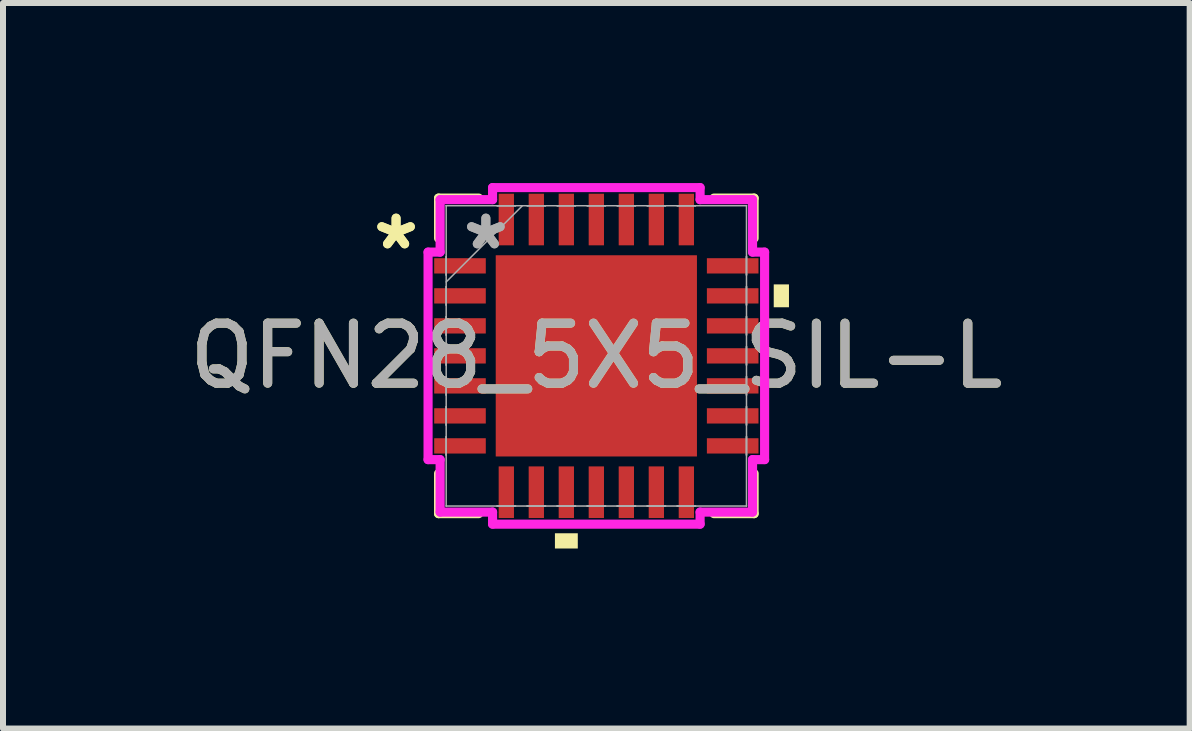
<source format=kicad_pcb>
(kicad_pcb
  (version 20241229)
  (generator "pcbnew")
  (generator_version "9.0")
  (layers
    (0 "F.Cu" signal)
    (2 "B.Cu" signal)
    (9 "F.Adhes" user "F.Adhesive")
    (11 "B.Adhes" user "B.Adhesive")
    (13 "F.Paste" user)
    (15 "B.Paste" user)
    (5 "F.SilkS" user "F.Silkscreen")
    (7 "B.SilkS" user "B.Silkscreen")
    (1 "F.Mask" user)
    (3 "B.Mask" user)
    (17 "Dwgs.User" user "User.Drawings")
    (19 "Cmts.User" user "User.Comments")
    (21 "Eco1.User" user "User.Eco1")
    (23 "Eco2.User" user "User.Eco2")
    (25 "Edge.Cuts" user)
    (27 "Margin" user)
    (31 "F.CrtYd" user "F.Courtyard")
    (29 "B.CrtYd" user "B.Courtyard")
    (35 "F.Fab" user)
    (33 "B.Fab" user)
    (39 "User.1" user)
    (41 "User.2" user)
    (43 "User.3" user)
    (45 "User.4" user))
  (footprint "QFN28_5X5_SIL-L"
    (layer "F.Cu")
    (at 6.887 2.88)
    (property "Reference" "QFN28_5X5_SIL-L" (at 0 0 0) (unlocked yes) (layer "F.SilkS") (effects (font (size 1 1) (thickness 0.15))))
    (attr smd)
    (fp_line (start -2.629 -2.629) (end -2.629 -1.96) (stroke (width 0.152) (type solid)) (layer "F.SilkS"))
    (fp_line (start -2.629 1.96) (end -2.629 2.629) (stroke (width 0.152) (type solid)) (layer "F.SilkS"))
    (fp_line (start -2.629 2.629) (end -1.96 2.629) (stroke (width 0.152) (type solid)) (layer "F.SilkS"))
    (fp_line (start -1.96 -2.629) (end -2.629 -2.629) (stroke (width 0.152) (type solid)) (layer "F.SilkS"))
    (fp_line (start 1.96 2.629) (end 2.629 2.629) (stroke (width 0.152) (type solid)) (layer "F.SilkS"))
    (fp_line (start 2.629 -2.629) (end 1.96 -2.629) (stroke (width 0.152) (type solid)) (layer "F.SilkS"))
    (fp_line (start 2.629 -1.96) (end 2.629 -2.629) (stroke (width 0.152) (type solid)) (layer "F.SilkS"))
    (fp_line (start 2.629 2.629) (end 2.629 1.96) (stroke (width 0.152) (type solid)) (layer "F.SilkS"))
    (fp_poly (pts (xy -0.69 2.956) (xy -0.69 3.21) (xy -0.309 3.21) (xy -0.309 2.956)) (stroke (width 0) (type solid)) (fill yes) (layer "F.SilkS"))
    (fp_poly (pts (xy 3.21 -1.191) (xy 3.21 -0.81) (xy 2.956 -0.81) (xy 2.956 -1.191)) (stroke (width 0) (type solid)) (fill yes) (layer "F.SilkS"))
    (fp_poly (pts (xy -1.576 -1.576) (xy -1.576 -0.1) (xy -0.1 -0.1) (xy -0.1 -1.576)) (stroke (width 0) (type solid)) (fill yes) (layer "F.Paste"))
    (fp_poly (pts (xy -1.576 0.1) (xy -1.576 1.576) (xy -0.1 1.576) (xy -0.1 0.1)) (stroke (width 0) (type solid)) (fill yes) (layer "F.Paste"))
    (fp_poly (pts (xy 0.1 -1.576) (xy 0.1 -0.1) (xy 1.576 -0.1) (xy 1.576 -1.576)) (stroke (width 0) (type solid)) (fill yes) (layer "F.Paste"))
    (fp_poly (pts (xy 0.1 0.1) (xy 0.1 1.576) (xy 1.576 1.576) (xy 1.576 0.1)) (stroke (width 0) (type solid)) (fill yes) (layer "F.Paste"))
    (fp_line (start -2.804 -1.729) (end -2.603 -1.729) (stroke (width 0.152) (type solid)) (layer "F.CrtYd"))
    (fp_line (start -2.804 1.729) (end -2.804 -1.729) (stroke (width 0.152) (type solid)) (layer "F.CrtYd"))
    (fp_line (start -2.603 -2.603) (end -1.729 -2.603) (stroke (width 0.152) (type solid)) (layer "F.CrtYd"))
    (fp_line (start -2.603 -1.729) (end -2.603 -2.603) (stroke (width 0.152) (type solid)) (layer "F.CrtYd"))
    (fp_line (start -2.603 1.729) (end -2.804 1.729) (stroke (width 0.152) (type solid)) (layer "F.CrtYd"))
    (fp_line (start -2.603 2.603) (end -2.603 1.729) (stroke (width 0.152) (type solid)) (layer "F.CrtYd"))
    (fp_line (start -1.729 -2.804) (end 1.729 -2.804) (stroke (width 0.152) (type solid)) (layer "F.CrtYd"))
    (fp_line (start -1.729 -2.603) (end -1.729 -2.804) (stroke (width 0.152) (type solid)) (layer "F.CrtYd"))
    (fp_line (start -1.729 2.603) (end -2.603 2.603) (stroke (width 0.152) (type solid)) (layer "F.CrtYd"))
    (fp_line (start -1.729 2.804) (end -1.729 2.603) (stroke (width 0.152) (type solid)) (layer "F.CrtYd"))
    (fp_line (start 1.729 -2.804) (end 1.729 -2.603) (stroke (width 0.152) (type solid)) (layer "F.CrtYd"))
    (fp_line (start 1.729 -2.603) (end 2.603 -2.603) (stroke (width 0.152) (type solid)) (layer "F.CrtYd"))
    (fp_line (start 1.729 2.603) (end 1.729 2.804) (stroke (width 0.152) (type solid)) (layer "F.CrtYd"))
    (fp_line (start 1.729 2.804) (end -1.729 2.804) (stroke (width 0.152) (type solid)) (layer "F.CrtYd"))
    (fp_line (start 2.603 -2.603) (end 2.603 -1.729) (stroke (width 0.152) (type solid)) (layer "F.CrtYd"))
    (fp_line (start 2.603 -1.729) (end 2.804 -1.729) (stroke (width 0.152) (type solid)) (layer "F.CrtYd"))
    (fp_line (start 2.603 1.729) (end 2.603 2.603) (stroke (width 0.152) (type solid)) (layer "F.CrtYd"))
    (fp_line (start 2.603 2.603) (end 1.729 2.603) (stroke (width 0.152) (type solid)) (layer "F.CrtYd"))
    (fp_line (start 2.804 -1.729) (end 2.804 1.729) (stroke (width 0.152) (type solid)) (layer "F.CrtYd"))
    (fp_line (start 2.804 1.729) (end 2.603 1.729) (stroke (width 0.152) (type solid)) (layer "F.CrtYd"))
    (fp_line (start -2.502 -2.502) (end -2.502 -2.502) (stroke (width 0.025) (type solid)) (layer "F.Fab"))
    (fp_line (start -2.502 -2.502) (end -2.502 2.502) (stroke (width 0.025) (type solid)) (layer "F.Fab"))
    (fp_line (start -2.502 -1.652) (end -2.502 -1.652) (stroke (width 0.025) (type solid)) (layer "F.Fab"))
    (fp_line (start -2.502 -1.652) (end -2.502 -1.348) (stroke (width 0.025) (type solid)) (layer "F.Fab"))
    (fp_line (start -2.502 -1.348) (end -2.502 -1.652) (stroke (width 0.025) (type solid)) (layer "F.Fab"))
    (fp_line (start -2.502 -1.348) (end -2.502 -1.348) (stroke (width 0.025) (type solid)) (layer "F.Fab"))
    (fp_line (start -2.502 -1.232) (end -1.232 -2.502) (stroke (width 0.025) (type solid)) (layer "F.Fab"))
    (fp_line (start -2.502 -1.152) (end -2.502 -1.152) (stroke (width 0.025) (type solid)) (layer "F.Fab"))
    (fp_line (start -2.502 -1.152) (end -2.502 -0.848) (stroke (width 0.025) (type solid)) (layer "F.Fab"))
    (fp_line (start -2.502 -0.848) (end -2.502 -1.152) (stroke (width 0.025) (type solid)) (layer "F.Fab"))
    (fp_line (start -2.502 -0.848) (end -2.502 -0.848) (stroke (width 0.025) (type solid)) (layer "F.Fab"))
    (fp_line (start -2.502 -0.652) (end -2.502 -0.652) (stroke (width 0.025) (type solid)) (layer "F.Fab"))
    (fp_line (start -2.502 -0.652) (end -2.502 -0.348) (stroke (width 0.025) (type solid)) (layer "F.Fab"))
    (fp_line (start -2.502 -0.348) (end -2.502 -0.652) (stroke (width 0.025) (type solid)) (layer "F.Fab"))
    (fp_line (start -2.502 -0.348) (end -2.502 -0.348) (stroke (width 0.025) (type solid)) (layer "F.Fab"))
    (fp_line (start -2.502 -0.152) (end -2.502 -0.152) (stroke (width 0.025) (type solid)) (layer "F.Fab"))
    (fp_line (start -2.502 -0.152) (end -2.502 0.152) (stroke (width 0.025) (type solid)) (layer "F.Fab"))
    (fp_line (start -2.502 0.152) (end -2.502 -0.152) (stroke (width 0.025) (type solid)) (layer "F.Fab"))
    (fp_line (start -2.502 0.152) (end -2.502 0.152) (stroke (width 0.025) (type solid)) (layer "F.Fab"))
    (fp_line (start -2.502 0.348) (end -2.502 0.348) (stroke (width 0.025) (type solid)) (layer "F.Fab"))
    (fp_line (start -2.502 0.348) (end -2.502 0.652) (stroke (width 0.025) (type solid)) (layer "F.Fab"))
    (fp_line (start -2.502 0.652) (end -2.502 0.348) (stroke (width 0.025) (type solid)) (layer "F.Fab"))
    (fp_line (start -2.502 0.652) (end -2.502 0.652) (stroke (width 0.025) (type solid)) (layer "F.Fab"))
    (fp_line (start -2.502 0.848) (end -2.502 0.848) (stroke (width 0.025) (type solid)) (layer "F.Fab"))
    (fp_line (start -2.502 0.848) (end -2.502 1.152) (stroke (width 0.025) (type solid)) (layer "F.Fab"))
    (fp_line (start -2.502 1.152) (end -2.502 0.848) (stroke (width 0.025) (type solid)) (layer "F.Fab"))
    (fp_line (start -2.502 1.152) (end -2.502 1.152) (stroke (width 0.025) (type solid)) (layer "F.Fab"))
    (fp_line (start -2.502 1.348) (end -2.502 1.348) (stroke (width 0.025) (type solid)) (layer "F.Fab"))
    (fp_line (start -2.502 1.348) (end -2.502 1.652) (stroke (width 0.025) (type solid)) (layer "F.Fab"))
    (fp_line (start -2.502 1.652) (end -2.502 1.348) (stroke (width 0.025) (type solid)) (layer "F.Fab"))
    (fp_line (start -2.502 1.652) (end -2.502 1.652) (stroke (width 0.025) (type solid)) (layer "F.Fab"))
    (fp_line (start -2.502 2.502) (end -2.502 2.502) (stroke (width 0.025) (type solid)) (layer "F.Fab"))
    (fp_line (start -2.502 2.502) (end 2.502 2.502) (stroke (width 0.025) (type solid)) (layer "F.Fab"))
    (fp_line (start -1.652 -2.502) (end -1.652 -2.502) (stroke (width 0.025) (type solid)) (layer "F.Fab"))
    (fp_line (start -1.652 -2.502) (end -1.348 -2.502) (stroke (width 0.025) (type solid)) (layer "F.Fab"))
    (fp_line (start -1.652 2.502) (end -1.652 2.502) (stroke (width 0.025) (type solid)) (layer "F.Fab"))
    (fp_line (start -1.652 2.502) (end -1.348 2.502) (stroke (width 0.025) (type solid)) (layer "F.Fab"))
    (fp_line (start -1.348 -2.502) (end -1.652 -2.502) (stroke (width 0.025) (type solid)) (layer "F.Fab"))
    (fp_line (start -1.348 -2.502) (end -1.348 -2.502) (stroke (width 0.025) (type solid)) (layer "F.Fab"))
    (fp_line (start -1.348 2.502) (end -1.652 2.502) (stroke (width 0.025) (type solid)) (layer "F.Fab"))
    (fp_line (start -1.348 2.502) (end -1.348 2.502) (stroke (width 0.025) (type solid)) (layer "F.Fab"))
    (fp_line (start -1.152 -2.502) (end -1.152 -2.502) (stroke (width 0.025) (type solid)) (layer "F.Fab"))
    (fp_line (start -1.152 -2.502) (end -0.848 -2.502) (stroke (width 0.025) (type solid)) (layer "F.Fab"))
    (fp_line (start -1.152 2.502) (end -1.152 2.502) (stroke (width 0.025) (type solid)) (layer "F.Fab"))
    (fp_line (start -1.152 2.502) (end -0.848 2.502) (stroke (width 0.025) (type solid)) (layer "F.Fab"))
    (fp_line (start -0.848 -2.502) (end -1.152 -2.502) (stroke (width 0.025) (type solid)) (layer "F.Fab"))
    (fp_line (start -0.848 -2.502) (end -0.848 -2.502) (stroke (width 0.025) (type solid)) (layer "F.Fab"))
    (fp_line (start -0.848 2.502) (end -1.152 2.502) (stroke (width 0.025) (type solid)) (layer "F.Fab"))
    (fp_line (start -0.848 2.502) (end -0.848 2.502) (stroke (width 0.025) (type solid)) (layer "F.Fab"))
    (fp_line (start -0.652 -2.502) (end -0.652 -2.502) (stroke (width 0.025) (type solid)) (layer "F.Fab"))
    (fp_line (start -0.652 -2.502) (end -0.348 -2.502) (stroke (width 0.025) (type solid)) (layer "F.Fab"))
    (fp_line (start -0.652 2.502) (end -0.652 2.502) (stroke (width 0.025) (type solid)) (layer "F.Fab"))
    (fp_line (start -0.652 2.502) (end -0.348 2.502) (stroke (width 0.025) (type solid)) (layer "F.Fab"))
    (fp_line (start -0.348 -2.502) (end -0.652 -2.502) (stroke (width 0.025) (type solid)) (layer "F.Fab"))
    (fp_line (start -0.348 -2.502) (end -0.348 -2.502) (stroke (width 0.025) (type solid)) (layer "F.Fab"))
    (fp_line (start -0.348 2.502) (end -0.652 2.502) (stroke (width 0.025) (type solid)) (layer "F.Fab"))
    (fp_line (start -0.348 2.502) (end -0.348 2.502) (stroke (width 0.025) (type solid)) (layer "F.Fab"))
    (fp_line (start -0.152 -2.502) (end -0.152 -2.502) (stroke (width 0.025) (type solid)) (layer "F.Fab"))
    (fp_line (start -0.152 -2.502) (end 0.152 -2.502) (stroke (width 0.025) (type solid)) (layer "F.Fab"))
    (fp_line (start -0.152 2.502) (end -0.152 2.502) (stroke (width 0.025) (type solid)) (layer "F.Fab"))
    (fp_line (start -0.152 2.502) (end 0.152 2.502) (stroke (width 0.025) (type solid)) (layer "F.Fab"))
    (fp_line (start 0.152 -2.502) (end -0.152 -2.502) (stroke (width 0.025) (type solid)) (layer "F.Fab"))
    (fp_line (start 0.152 -2.502) (end 0.152 -2.502) (stroke (width 0.025) (type solid)) (layer "F.Fab"))
    (fp_line (start 0.152 2.502) (end -0.152 2.502) (stroke (width 0.025) (type solid)) (layer "F.Fab"))
    (fp_line (start 0.152 2.502) (end 0.152 2.502) (stroke (width 0.025) (type solid)) (layer "F.Fab"))
    (fp_line (start 0.348 -2.502) (end 0.348 -2.502) (stroke (width 0.025) (type solid)) (layer "F.Fab"))
    (fp_line (start 0.348 -2.502) (end 0.652 -2.502) (stroke (width 0.025) (type solid)) (layer "F.Fab"))
    (fp_line (start 0.348 2.502) (end 0.348 2.502) (stroke (width 0.025) (type solid)) (layer "F.Fab"))
    (fp_line (start 0.348 2.502) (end 0.652 2.502) (stroke (width 0.025) (type solid)) (layer "F.Fab"))
    (fp_line (start 0.652 -2.502) (end 0.348 -2.502) (stroke (width 0.025) (type solid)) (layer "F.Fab"))
    (fp_line (start 0.652 -2.502) (end 0.652 -2.502) (stroke (width 0.025) (type solid)) (layer "F.Fab"))
    (fp_line (start 0.652 2.502) (end 0.348 2.502) (stroke (width 0.025) (type solid)) (layer "F.Fab"))
    (fp_line (start 0.652 2.502) (end 0.652 2.502) (stroke (width 0.025) (type solid)) (layer "F.Fab"))
    (fp_line (start 0.848 -2.502) (end 0.848 -2.502) (stroke (width 0.025) (type solid)) (layer "F.Fab"))
    (fp_line (start 0.848 -2.502) (end 1.152 -2.502) (stroke (width 0.025) (type solid)) (layer "F.Fab"))
    (fp_line (start 0.848 2.502) (end 0.848 2.502) (stroke (width 0.025) (type solid)) (layer "F.Fab"))
    (fp_line (start 0.848 2.502) (end 1.152 2.502) (stroke (width 0.025) (type solid)) (layer "F.Fab"))
    (fp_line (start 1.152 -2.502) (end 0.848 -2.502) (stroke (width 0.025) (type solid)) (layer "F.Fab"))
    (fp_line (start 1.152 -2.502) (end 1.152 -2.502) (stroke (width 0.025) (type solid)) (layer "F.Fab"))
    (fp_line (start 1.152 2.502) (end 0.848 2.502) (stroke (width 0.025) (type solid)) (layer "F.Fab"))
    (fp_line (start 1.152 2.502) (end 1.152 2.502) (stroke (width 0.025) (type solid)) (layer "F.Fab"))
    (fp_line (start 1.348 -2.502) (end 1.348 -2.502) (stroke (width 0.025) (type solid)) (layer "F.Fab"))
    (fp_line (start 1.348 -2.502) (end 1.652 -2.502) (stroke (width 0.025) (type solid)) (layer "F.Fab"))
    (fp_line (start 1.348 2.502) (end 1.348 2.502) (stroke (width 0.025) (type solid)) (layer "F.Fab"))
    (fp_line (start 1.348 2.502) (end 1.652 2.502) (stroke (width 0.025) (type solid)) (layer "F.Fab"))
    (fp_line (start 1.652 -2.502) (end 1.348 -2.502) (stroke (width 0.025) (type solid)) (layer "F.Fab"))
    (fp_line (start 1.652 -2.502) (end 1.652 -2.502) (stroke (width 0.025) (type solid)) (layer "F.Fab"))
    (fp_line (start 1.652 2.502) (end 1.348 2.502) (stroke (width 0.025) (type solid)) (layer "F.Fab"))
    (fp_line (start 1.652 2.502) (end 1.652 2.502) (stroke (width 0.025) (type solid)) (layer "F.Fab"))
    (fp_line (start 2.502 -2.502) (end -2.502 -2.502) (stroke (width 0.025) (type solid)) (layer "F.Fab"))
    (fp_line (start 2.502 -2.502) (end 2.502 -2.502) (stroke (width 0.025) (type solid)) (layer "F.Fab"))
    (fp_line (start 2.502 -1.652) (end 2.502 -1.652) (stroke (width 0.025) (type solid)) (layer "F.Fab"))
    (fp_line (start 2.502 -1.652) (end 2.502 -1.348) (stroke (width 0.025) (type solid)) (layer "F.Fab"))
    (fp_line (start 2.502 -1.348) (end 2.502 -1.652) (stroke (width 0.025) (type solid)) (layer "F.Fab"))
    (fp_line (start 2.502 -1.348) (end 2.502 -1.348) (stroke (width 0.025) (type solid)) (layer "F.Fab"))
    (fp_line (start 2.502 -1.152) (end 2.502 -1.152) (stroke (width 0.025) (type solid)) (layer "F.Fab"))
    (fp_line (start 2.502 -1.152) (end 2.502 -0.848) (stroke (width 0.025) (type solid)) (layer "F.Fab"))
    (fp_line (start 2.502 -0.848) (end 2.502 -1.152) (stroke (width 0.025) (type solid)) (layer "F.Fab"))
    (fp_line (start 2.502 -0.848) (end 2.502 -0.848) (stroke (width 0.025) (type solid)) (layer "F.Fab"))
    (fp_line (start 2.502 -0.652) (end 2.502 -0.652) (stroke (width 0.025) (type solid)) (layer "F.Fab"))
    (fp_line (start 2.502 -0.652) (end 2.502 -0.348) (stroke (width 0.025) (type solid)) (layer "F.Fab"))
    (fp_line (start 2.502 -0.348) (end 2.502 -0.652) (stroke (width 0.025) (type solid)) (layer "F.Fab"))
    (fp_line (start 2.502 -0.348) (end 2.502 -0.348) (stroke (width 0.025) (type solid)) (layer "F.Fab"))
    (fp_line (start 2.502 -0.152) (end 2.502 -0.152) (stroke (width 0.025) (type solid)) (layer "F.Fab"))
    (fp_line (start 2.502 -0.152) (end 2.502 0.152) (stroke (width 0.025) (type solid)) (layer "F.Fab"))
    (fp_line (start 2.502 0.152) (end 2.502 -0.152) (stroke (width 0.025) (type solid)) (layer "F.Fab"))
    (fp_line (start 2.502 0.152) (end 2.502 0.152) (stroke (width 0.025) (type solid)) (layer "F.Fab"))
    (fp_line (start 2.502 0.348) (end 2.502 0.348) (stroke (width 0.025) (type solid)) (layer "F.Fab"))
    (fp_line (start 2.502 0.348) (end 2.502 0.652) (stroke (width 0.025) (type solid)) (layer "F.Fab"))
    (fp_line (start 2.502 0.652) (end 2.502 0.348) (stroke (width 0.025) (type solid)) (layer "F.Fab"))
    (fp_line (start 2.502 0.652) (end 2.502 0.652) (stroke (width 0.025) (type solid)) (layer "F.Fab"))
    (fp_line (start 2.502 0.848) (end 2.502 0.848) (stroke (width 0.025) (type solid)) (layer "F.Fab"))
    (fp_line (start 2.502 0.848) (end 2.502 1.152) (stroke (width 0.025) (type solid)) (layer "F.Fab"))
    (fp_line (start 2.502 1.152) (end 2.502 0.848) (stroke (width 0.025) (type solid)) (layer "F.Fab"))
    (fp_line (start 2.502 1.152) (end 2.502 1.152) (stroke (width 0.025) (type solid)) (layer "F.Fab"))
    (fp_line (start 2.502 1.348) (end 2.502 1.348) (stroke (width 0.025) (type solid)) (layer "F.Fab"))
    (fp_line (start 2.502 1.348) (end 2.502 1.652) (stroke (width 0.025) (type solid)) (layer "F.Fab"))
    (fp_line (start 2.502 1.652) (end 2.502 1.348) (stroke (width 0.025) (type solid)) (layer "F.Fab"))
    (fp_line (start 2.502 1.652) (end 2.502 1.652) (stroke (width 0.025) (type solid)) (layer "F.Fab"))
    (fp_line (start 2.502 2.502) (end 2.502 -2.502) (stroke (width 0.025) (type solid)) (layer "F.Fab"))
    (fp_line (start 2.502 2.502) (end 2.502 2.502) (stroke (width 0.025) (type solid)) (layer "F.Fab"))
    (fp_text user "*" (at -3.337 -1.75 0) (layer "F.SilkS") (effects (font (size 1 1) (thickness 0.15))))
    (fp_text user "*" (at -3.337 -1.75 0) (unlocked yes) (layer "F.SilkS") (effects (font (size 1 1) (thickness 0.15))))
    (fp_text user "*" (at -1.841 -1.75 0) (unlocked yes) (layer "F.Fab") (effects (font (size 1 1) (thickness 0.15))))
    (fp_text user "${REFERENCE}" (at 0 0 0) (unlocked yes) (layer "F.Fab") (effects (font (size 1 1) (thickness 0.15))))
    (fp_text user "*" (at -1.841 -1.75 0) (layer "F.Fab") (effects (font (size 1 1) (thickness 0.15))))
    (pad "1" smd rect (at -2.272 -1.5 90) (size 0.255 0.86) (layers "F.Cu" "F.Mask" "F.Paste"))
    (pad "2" smd rect (at -2.272 -1 90) (size 0.255 0.86) (layers "F.Cu" "F.Mask" "F.Paste"))
    (pad "3" smd rect (at -2.272 -0.5 90) (size 0.255 0.86) (layers "F.Cu" "F.Mask" "F.Paste"))
    (pad "4" smd rect (at -2.272 0 90) (size 0.255 0.86) (layers "F.Cu" "F.Mask" "F.Paste"))
    (pad "5" smd rect (at -2.272 0.5 90) (size 0.255 0.86) (layers "F.Cu" "F.Mask" "F.Paste"))
    (pad "6" smd rect (at -2.272 1 90) (size 0.255 0.86) (layers "F.Cu" "F.Mask" "F.Paste"))
    (pad "7" smd rect (at -2.272 1.5 90) (size 0.255 0.86) (layers "F.Cu" "F.Mask" "F.Paste"))
    (pad "8" smd rect (at -1.5 2.272) (size 0.255 0.86) (layers "F.Cu" "F.Mask" "F.Paste"))
    (pad "9" smd rect (at -1 2.272) (size 0.255 0.86) (layers "F.Cu" "F.Mask" "F.Paste"))
    (pad "10" smd rect (at -0.5 2.272) (size 0.255 0.86) (layers "F.Cu" "F.Mask" "F.Paste"))
    (pad "11" smd rect (at 0 2.272) (size 0.255 0.86) (layers "F.Cu" "F.Mask" "F.Paste"))
    (pad "12" smd rect (at 0.5 2.272) (size 0.255 0.86) (layers "F.Cu" "F.Mask" "F.Paste"))
    (pad "13" smd rect (at 1 2.272) (size 0.255 0.86) (layers "F.Cu" "F.Mask" "F.Paste"))
    (pad "14" smd rect (at 1.5 2.272) (size 0.255 0.86) (layers "F.Cu" "F.Mask" "F.Paste"))
    (pad "15" smd rect (at 2.272 1.5 90) (size 0.255 0.86) (layers "F.Cu" "F.Mask" "F.Paste"))
    (pad "16" smd rect (at 2.272 1 90) (size 0.255 0.86) (layers "F.Cu" "F.Mask" "F.Paste"))
    (pad "17" smd rect (at 2.272 0.5 90) (size 0.255 0.86) (layers "F.Cu" "F.Mask" "F.Paste"))
    (pad "18" smd rect (at 2.272 0 90) (size 0.255 0.86) (layers "F.Cu" "F.Mask" "F.Paste"))
    (pad "19" smd rect (at 2.272 -0.5 90) (size 0.255 0.86) (layers "F.Cu" "F.Mask" "F.Paste"))
    (pad "20" smd rect (at 2.272 -1 90) (size 0.255 0.86) (layers "F.Cu" "F.Mask" "F.Paste"))
    (pad "21" smd rect (at 2.272 -1.5 90) (size 0.255 0.86) (layers "F.Cu" "F.Mask" "F.Paste"))
    (pad "22" smd rect (at 1.5 -2.272) (size 0.255 0.86) (layers "F.Cu" "F.Mask" "F.Paste"))
    (pad "23" smd rect (at 1 -2.272) (size 0.255 0.86) (layers "F.Cu" "F.Mask" "F.Paste"))
    (pad "24" smd rect (at 0.5 -2.272) (size 0.255 0.86) (layers "F.Cu" "F.Mask" "F.Paste"))
    (pad "25" smd rect (at 0 -2.272) (size 0.255 0.86) (layers "F.Cu" "F.Mask" "F.Paste"))
    (pad "26" smd rect (at -0.5 -2.272) (size 0.255 0.86) (layers "F.Cu" "F.Mask" "F.Paste"))
    (pad "27" smd rect (at -1 -2.272) (size 0.255 0.86) (layers "F.Cu" "F.Mask" "F.Paste"))
    (pad "28" smd rect (at -1.5 -2.272) (size 0.255 0.86) (layers "F.Cu" "F.Mask" "F.Paste"))
    (pad "29" smd rect (at 0 0) (size 3.353 3.353) (layers "F.Cu" "F.Mask")))
  (gr_rect
    (start -3 -3)
    (end 16.774 9.09)
    (stroke (width 0.1) (type default))
    (fill no)
    (layer "Edge.Cuts")))
</source>
